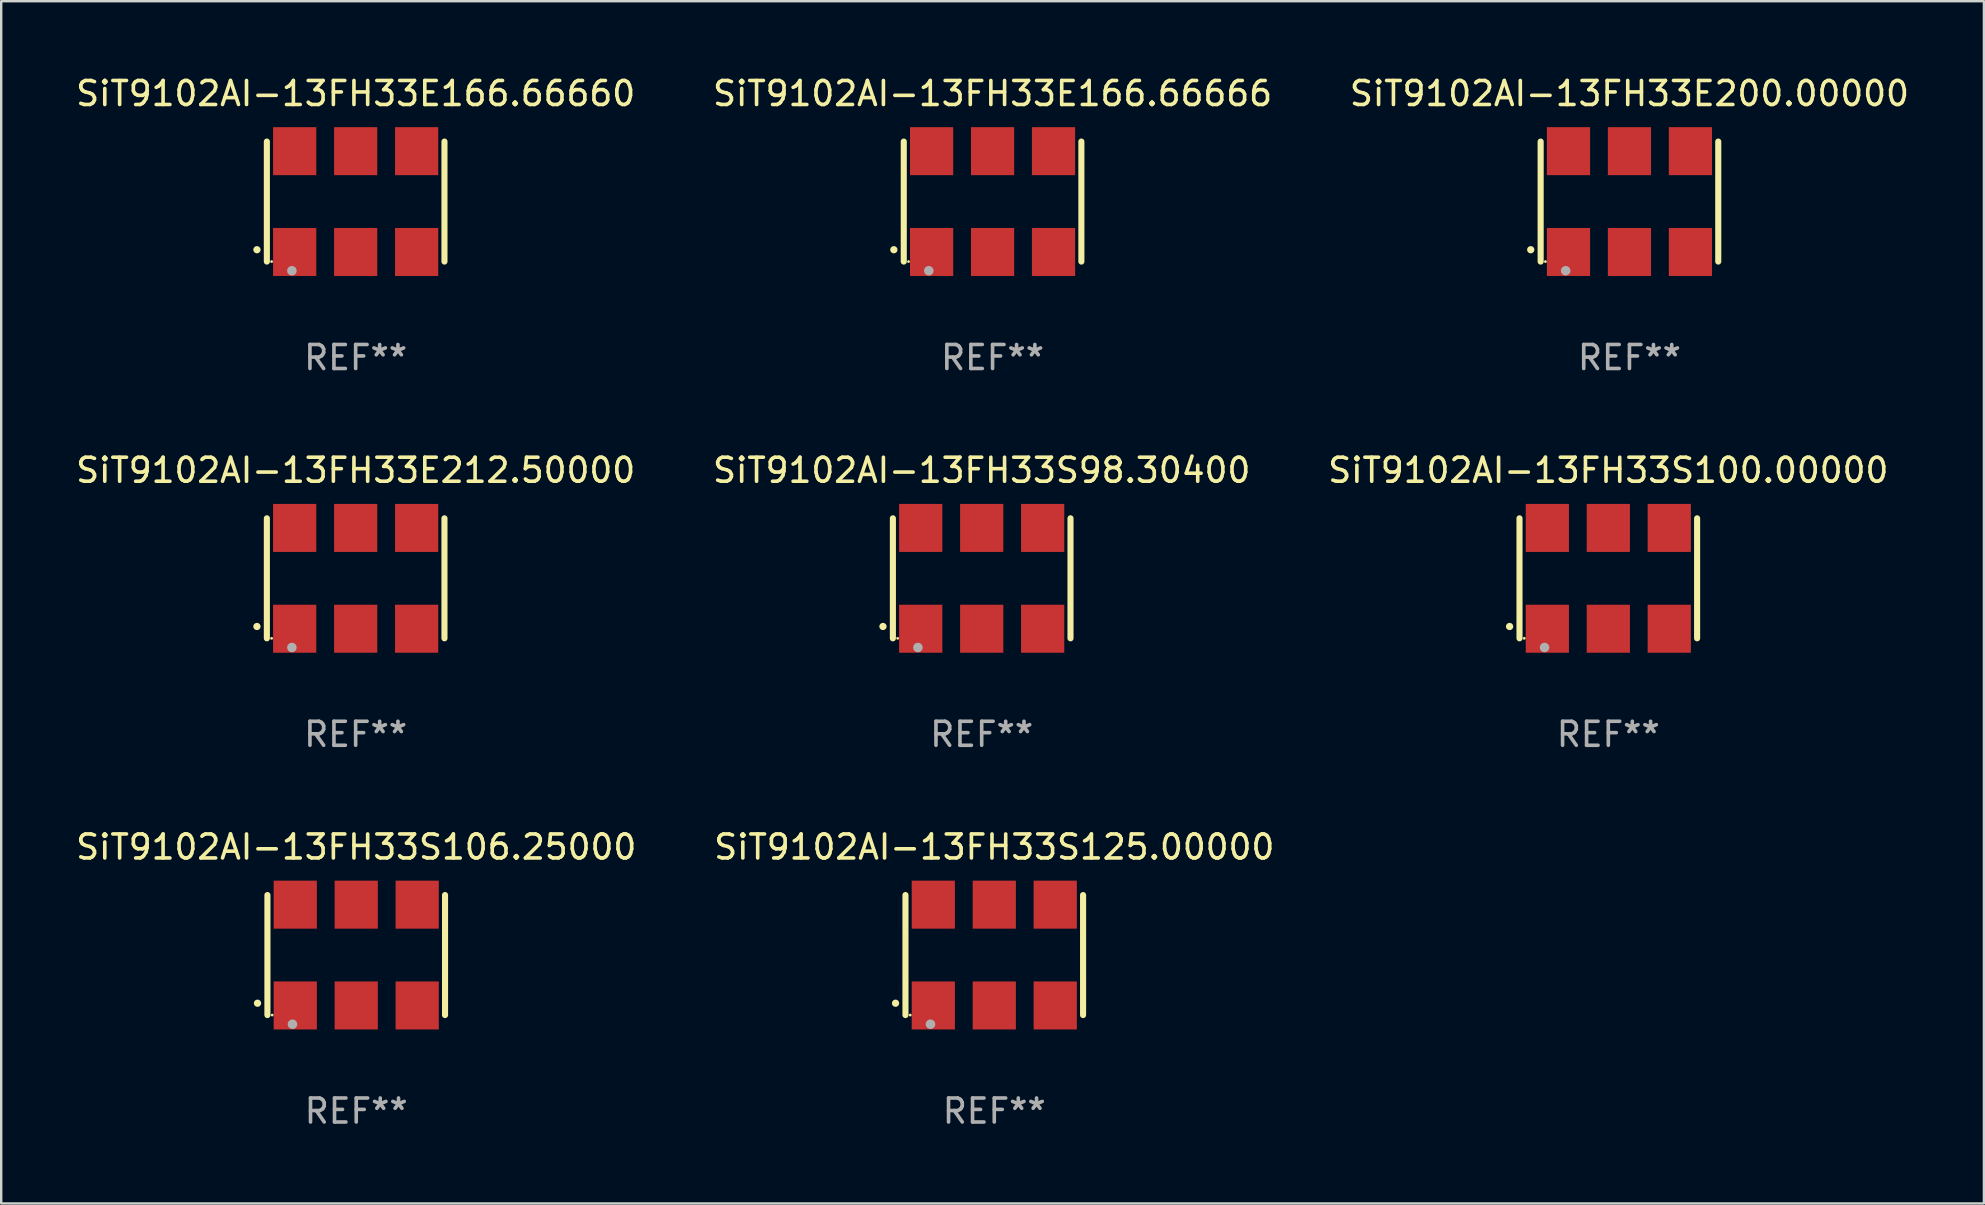
<source format=kicad_pcb>
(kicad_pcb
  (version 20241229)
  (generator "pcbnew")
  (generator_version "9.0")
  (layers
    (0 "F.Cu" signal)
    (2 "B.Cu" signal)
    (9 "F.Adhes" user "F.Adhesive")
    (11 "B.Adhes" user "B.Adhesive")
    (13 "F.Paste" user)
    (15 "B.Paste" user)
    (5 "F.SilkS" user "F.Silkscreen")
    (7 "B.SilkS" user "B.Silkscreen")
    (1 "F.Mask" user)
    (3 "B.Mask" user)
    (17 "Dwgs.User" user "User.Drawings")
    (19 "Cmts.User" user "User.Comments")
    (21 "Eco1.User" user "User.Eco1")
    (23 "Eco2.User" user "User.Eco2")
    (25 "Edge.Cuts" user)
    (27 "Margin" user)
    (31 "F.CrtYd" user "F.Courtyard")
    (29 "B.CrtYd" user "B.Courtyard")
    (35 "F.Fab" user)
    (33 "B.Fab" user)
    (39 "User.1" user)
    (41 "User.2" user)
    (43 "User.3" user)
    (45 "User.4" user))
  (footprint "SiT9102AI-13FH33E166.66660"
    (layer "F.Cu")
    (at 11.768 5.348)
    (property "Reference" "SiT9102AI-13FH33E166.66660" (at 0 -4.5 0) (layer "F.SilkS") (effects (font (size 1 1) (thickness 0.15))))
    (attr through_hole)
    (fp_line (start -3.7 -2.5) (end -3.7 2.5) (stroke (width 0.254) (type solid)) (layer "F.SilkS"))
    (fp_line (start 3.7 -2.5) (end 3.7 2.5) (stroke (width 0.254) (type solid)) (layer "F.SilkS"))
    (fp_arc (start -4.114415 2.006604) (mid -4.113145 2.006599) (end -4.111875 2.006604) (stroke (width 0.3) (type solid)) (layer "F.SilkS"))
    (fp_circle (center -3.502 2.5) (end -3.472 2.5) (stroke (width 0.06) (type solid)) (fill no) (layer "F.SilkS"))
    (fp_circle (center -2.657 2.882) (end -2.557 2.882) (stroke (width 0.2) (type solid)) (fill no) (layer "F.Fab"))
    (fp_text user "REF**" (at 0 6.5 0) (layer "F.Fab") (effects (font (size 1 1) (thickness 0.15))))
    (pad "1" smd rect (at -2.54 2.1) (size 1.8 2) (layers "F.Cu" "F.Mask" "F.Paste"))
    (pad "2" smd rect (at 0.000394 2.1) (size 1.8 2) (layers "F.Cu" "F.Mask" "F.Paste"))
    (pad "3" smd rect (at 2.54 2.1) (size 1.8 2) (layers "F.Cu" "F.Mask" "F.Paste"))
    (pad "4" smd rect (at 2.54 -2.1) (size 1.8 2) (layers "F.Cu" "F.Mask" "F.Paste"))
    (pad "5" smd rect (at 0.000394 -2.1) (size 1.8 2) (layers "F.Cu" "F.Mask" "F.Paste"))
    (pad "6" smd rect (at -2.54 -2.1) (size 1.8 2) (layers "F.Cu" "F.Mask" "F.Paste")))
  (footprint "SiT9102AI-13FH33E212.50000"
    (layer "F.Cu")
    (at 11.768 21.045)
    (property "Reference" "SiT9102AI-13FH33E212.50000" (at 0 -4.5 0) (layer "F.SilkS") (effects (font (size 1 1) (thickness 0.15))))
    (attr through_hole)
    (fp_line (start -3.7 -2.5) (end -3.7 2.5) (stroke (width 0.254) (type solid)) (layer "F.SilkS"))
    (fp_line (start 3.7 -2.5) (end 3.7 2.5) (stroke (width 0.254) (type solid)) (layer "F.SilkS"))
    (fp_arc (start -4.114415 2.006604) (mid -4.113145 2.006599) (end -4.111875 2.006604) (stroke (width 0.3) (type solid)) (layer "F.SilkS"))
    (fp_circle (center -3.502 2.5) (end -3.472 2.5) (stroke (width 0.06) (type solid)) (fill no) (layer "F.SilkS"))
    (fp_circle (center -2.657 2.882) (end -2.557 2.882) (stroke (width 0.2) (type solid)) (fill no) (layer "F.Fab"))
    (fp_text user "REF**" (at 0 6.5 0) (layer "F.Fab") (effects (font (size 1 1) (thickness 0.15))))
    (pad "1" smd rect (at -2.54 2.1) (size 1.8 2) (layers "F.Cu" "F.Mask" "F.Paste"))
    (pad "2" smd rect (at 0.000394 2.1) (size 1.8 2) (layers "F.Cu" "F.Mask" "F.Paste"))
    (pad "3" smd rect (at 2.54 2.1) (size 1.8 2) (layers "F.Cu" "F.Mask" "F.Paste"))
    (pad "4" smd rect (at 2.54 -2.1) (size 1.8 2) (layers "F.Cu" "F.Mask" "F.Paste"))
    (pad "5" smd rect (at 0.000394 -2.1) (size 1.8 2) (layers "F.Cu" "F.Mask" "F.Paste"))
    (pad "6" smd rect (at -2.54 -2.1) (size 1.8 2) (layers "F.Cu" "F.Mask" "F.Paste")))
  (footprint "SiT9102AI-13FH33S125.00000"
    (layer "F.Cu")
    (at 38.375 36.741)
    (property "Reference" "SiT9102AI-13FH33S125.00000" (at 0 -4.5 0) (layer "F.SilkS") (effects (font (size 1 1) (thickness 0.15))))
    (attr through_hole)
    (fp_line (start -3.7 -2.5) (end -3.7 2.5) (stroke (width 0.254) (type solid)) (layer "F.SilkS"))
    (fp_line (start 3.7 -2.5) (end 3.7 2.5) (stroke (width 0.254) (type solid)) (layer "F.SilkS"))
    (fp_arc (start -4.114415 2.006604) (mid -4.113145 2.006599) (end -4.111875 2.006604) (stroke (width 0.3) (type solid)) (layer "F.SilkS"))
    (fp_circle (center -3.502 2.5) (end -3.472 2.5) (stroke (width 0.06) (type solid)) (fill no) (layer "F.SilkS"))
    (fp_circle (center -2.657 2.882) (end -2.557 2.882) (stroke (width 0.2) (type solid)) (fill no) (layer "F.Fab"))
    (fp_text user "REF**" (at 0 6.5 0) (layer "F.Fab") (effects (font (size 1 1) (thickness 0.15))))
    (pad "1" smd rect (at -2.54 2.1) (size 1.8 2) (layers "F.Cu" "F.Mask" "F.Paste"))
    (pad "2" smd rect (at 0.000394 2.1) (size 1.8 2) (layers "F.Cu" "F.Mask" "F.Paste"))
    (pad "3" smd rect (at 2.54 2.1) (size 1.8 2) (layers "F.Cu" "F.Mask" "F.Paste"))
    (pad "4" smd rect (at 2.54 -2.1) (size 1.8 2) (layers "F.Cu" "F.Mask" "F.Paste"))
    (pad "5" smd rect (at 0.000394 -2.1) (size 1.8 2) (layers "F.Cu" "F.Mask" "F.Paste"))
    (pad "6" smd rect (at -2.54 -2.1) (size 1.8 2) (layers "F.Cu" "F.Mask" "F.Paste")))
  (footprint "SiT9102AI-13FH33E166.66666"
    (layer "F.Cu")
    (at 38.304 5.348)
    (property "Reference" "SiT9102AI-13FH33E166.66666" (at 0 -4.5 0) (layer "F.SilkS") (effects (font (size 1 1) (thickness 0.15))))
    (attr through_hole)
    (fp_line (start -3.7 -2.5) (end -3.7 2.5) (stroke (width 0.254) (type solid)) (layer "F.SilkS"))
    (fp_line (start 3.7 -2.5) (end 3.7 2.5) (stroke (width 0.254) (type solid)) (layer "F.SilkS"))
    (fp_arc (start -4.114415 2.006604) (mid -4.113145 2.006599) (end -4.111875 2.006604) (stroke (width 0.3) (type solid)) (layer "F.SilkS"))
    (fp_circle (center -3.502 2.5) (end -3.472 2.5) (stroke (width 0.06) (type solid)) (fill no) (layer "F.SilkS"))
    (fp_circle (center -2.657 2.882) (end -2.557 2.882) (stroke (width 0.2) (type solid)) (fill no) (layer "F.Fab"))
    (fp_text user "REF**" (at 0 6.5 0) (layer "F.Fab") (effects (font (size 1 1) (thickness 0.15))))
    (pad "1" smd rect (at -2.54 2.1) (size 1.8 2) (layers "F.Cu" "F.Mask" "F.Paste"))
    (pad "2" smd rect (at 0.000394 2.1) (size 1.8 2) (layers "F.Cu" "F.Mask" "F.Paste"))
    (pad "3" smd rect (at 2.54 2.1) (size 1.8 2) (layers "F.Cu" "F.Mask" "F.Paste"))
    (pad "4" smd rect (at 2.54 -2.1) (size 1.8 2) (layers "F.Cu" "F.Mask" "F.Paste"))
    (pad "5" smd rect (at 0.000394 -2.1) (size 1.8 2) (layers "F.Cu" "F.Mask" "F.Paste"))
    (pad "6" smd rect (at -2.54 -2.1) (size 1.8 2) (layers "F.Cu" "F.Mask" "F.Paste")))
  (footprint "SiT9102AI-13FH33S106.25000"
    (layer "F.Cu")
    (at 11.792 36.741)
    (property "Reference" "SiT9102AI-13FH33S106.25000" (at 0 -4.5 0) (layer "F.SilkS") (effects (font (size 1 1) (thickness 0.15))))
    (attr through_hole)
    (fp_line (start -3.7 -2.5) (end -3.7 2.5) (stroke (width 0.254) (type solid)) (layer "F.SilkS"))
    (fp_line (start 3.7 -2.5) (end 3.7 2.5) (stroke (width 0.254) (type solid)) (layer "F.SilkS"))
    (fp_arc (start -4.114415 2.006604) (mid -4.113145 2.006599) (end -4.111875 2.006604) (stroke (width 0.3) (type solid)) (layer "F.SilkS"))
    (fp_circle (center -3.502 2.5) (end -3.472 2.5) (stroke (width 0.06) (type solid)) (fill no) (layer "F.SilkS"))
    (fp_circle (center -2.657 2.882) (end -2.557 2.882) (stroke (width 0.2) (type solid)) (fill no) (layer "F.Fab"))
    (fp_text user "REF**" (at 0 6.5 0) (layer "F.Fab") (effects (font (size 1 1) (thickness 0.15))))
    (pad "1" smd rect (at -2.54 2.1) (size 1.8 2) (layers "F.Cu" "F.Mask" "F.Paste"))
    (pad "2" smd rect (at 0.000394 2.1) (size 1.8 2) (layers "F.Cu" "F.Mask" "F.Paste"))
    (pad "3" smd rect (at 2.54 2.1) (size 1.8 2) (layers "F.Cu" "F.Mask" "F.Paste"))
    (pad "4" smd rect (at 2.54 -2.1) (size 1.8 2) (layers "F.Cu" "F.Mask" "F.Paste"))
    (pad "5" smd rect (at 0.000394 -2.1) (size 1.8 2) (layers "F.Cu" "F.Mask" "F.Paste"))
    (pad "6" smd rect (at -2.54 -2.1) (size 1.8 2) (layers "F.Cu" "F.Mask" "F.Paste")))
  (footprint "SiT9102AI-13FH33S100.00000"
    (layer "F.Cu")
    (at 63.958 21.045)
    (property "Reference" "SiT9102AI-13FH33S100.00000" (at 0 -4.5 0) (layer "F.SilkS") (effects (font (size 1 1) (thickness 0.15))))
    (attr through_hole)
    (fp_line (start -3.7 -2.5) (end -3.7 2.5) (stroke (width 0.254) (type solid)) (layer "F.SilkS"))
    (fp_line (start 3.7 -2.5) (end 3.7 2.5) (stroke (width 0.254) (type solid)) (layer "F.SilkS"))
    (fp_arc (start -4.114415 2.006604) (mid -4.113145 2.006599) (end -4.111875 2.006604) (stroke (width 0.3) (type solid)) (layer "F.SilkS"))
    (fp_circle (center -3.502 2.5) (end -3.472 2.5) (stroke (width 0.06) (type solid)) (fill no) (layer "F.SilkS"))
    (fp_circle (center -2.657 2.882) (end -2.557 2.882) (stroke (width 0.2) (type solid)) (fill no) (layer "F.Fab"))
    (fp_text user "REF**" (at 0 6.5 0) (layer "F.Fab") (effects (font (size 1 1) (thickness 0.15))))
    (pad "1" smd rect (at -2.54 2.1) (size 1.8 2) (layers "F.Cu" "F.Mask" "F.Paste"))
    (pad "2" smd rect (at 0.000394 2.1) (size 1.8 2) (layers "F.Cu" "F.Mask" "F.Paste"))
    (pad "3" smd rect (at 2.54 2.1) (size 1.8 2) (layers "F.Cu" "F.Mask" "F.Paste"))
    (pad "4" smd rect (at 2.54 -2.1) (size 1.8 2) (layers "F.Cu" "F.Mask" "F.Paste"))
    (pad "5" smd rect (at 0.000394 -2.1) (size 1.8 2) (layers "F.Cu" "F.Mask" "F.Paste"))
    (pad "6" smd rect (at -2.54 -2.1) (size 1.8 2) (layers "F.Cu" "F.Mask" "F.Paste")))
  (footprint "SiT9102AI-13FH33E200.00000"
    (layer "F.Cu")
    (at 64.839 5.348)
    (property "Reference" "SiT9102AI-13FH33E200.00000" (at 0 -4.5 0) (layer "F.SilkS") (effects (font (size 1 1) (thickness 0.15))))
    (attr through_hole)
    (fp_line (start -3.7 -2.5) (end -3.7 2.5) (stroke (width 0.254) (type solid)) (layer "F.SilkS"))
    (fp_line (start 3.7 -2.5) (end 3.7 2.5) (stroke (width 0.254) (type solid)) (layer "F.SilkS"))
    (fp_arc (start -4.114415 2.006604) (mid -4.113145 2.006599) (end -4.111875 2.006604) (stroke (width 0.3) (type solid)) (layer "F.SilkS"))
    (fp_circle (center -3.502 2.5) (end -3.472 2.5) (stroke (width 0.06) (type solid)) (fill no) (layer "F.SilkS"))
    (fp_circle (center -2.657 2.882) (end -2.557 2.882) (stroke (width 0.2) (type solid)) (fill no) (layer "F.Fab"))
    (fp_text user "REF**" (at 0 6.5 0) (layer "F.Fab") (effects (font (size 1 1) (thickness 0.15))))
    (pad "1" smd rect (at -2.54 2.1) (size 1.8 2) (layers "F.Cu" "F.Mask" "F.Paste"))
    (pad "2" smd rect (at 0.000394 2.1) (size 1.8 2) (layers "F.Cu" "F.Mask" "F.Paste"))
    (pad "3" smd rect (at 2.54 2.1) (size 1.8 2) (layers "F.Cu" "F.Mask" "F.Paste"))
    (pad "4" smd rect (at 2.54 -2.1) (size 1.8 2) (layers "F.Cu" "F.Mask" "F.Paste"))
    (pad "5" smd rect (at 0.000394 -2.1) (size 1.8 2) (layers "F.Cu" "F.Mask" "F.Paste"))
    (pad "6" smd rect (at -2.54 -2.1) (size 1.8 2) (layers "F.Cu" "F.Mask" "F.Paste")))
  (footprint "SiT9102AI-13FH33S98.30400"
    (layer "F.Cu")
    (at 37.851 21.045)
    (property "Reference" "SiT9102AI-13FH33S98.30400" (at 0 -4.5 0) (layer "F.SilkS") (effects (font (size 1 1) (thickness 0.15))))
    (attr through_hole)
    (fp_line (start -3.7 -2.5) (end -3.7 2.5) (stroke (width 0.254) (type solid)) (layer "F.SilkS"))
    (fp_line (start 3.7 -2.5) (end 3.7 2.5) (stroke (width 0.254) (type solid)) (layer "F.SilkS"))
    (fp_arc (start -4.114415 2.006604) (mid -4.113145 2.006599) (end -4.111875 2.006604) (stroke (width 0.3) (type solid)) (layer "F.SilkS"))
    (fp_circle (center -3.502 2.5) (end -3.472 2.5) (stroke (width 0.06) (type solid)) (fill no) (layer "F.SilkS"))
    (fp_circle (center -2.657 2.882) (end -2.557 2.882) (stroke (width 0.2) (type solid)) (fill no) (layer "F.Fab"))
    (fp_text user "REF**" (at 0 6.5 0) (layer "F.Fab") (effects (font (size 1 1) (thickness 0.15))))
    (pad "1" smd rect (at -2.54 2.1) (size 1.8 2) (layers "F.Cu" "F.Mask" "F.Paste"))
    (pad "2" smd rect (at 0.000394 2.1) (size 1.8 2) (layers "F.Cu" "F.Mask" "F.Paste"))
    (pad "3" smd rect (at 2.54 2.1) (size 1.8 2) (layers "F.Cu" "F.Mask" "F.Paste"))
    (pad "4" smd rect (at 2.54 -2.1) (size 1.8 2) (layers "F.Cu" "F.Mask" "F.Paste"))
    (pad "5" smd rect (at 0.000394 -2.1) (size 1.8 2) (layers "F.Cu" "F.Mask" "F.Paste"))
    (pad "6" smd rect (at -2.54 -2.1) (size 1.8 2) (layers "F.Cu" "F.Mask" "F.Paste")))
  (gr_rect
    (start -3 -3)
    (end 79.607 47.09)
    (stroke (width 0.1) (type default))
    (fill no)
    (layer "Edge.Cuts")))
</source>
